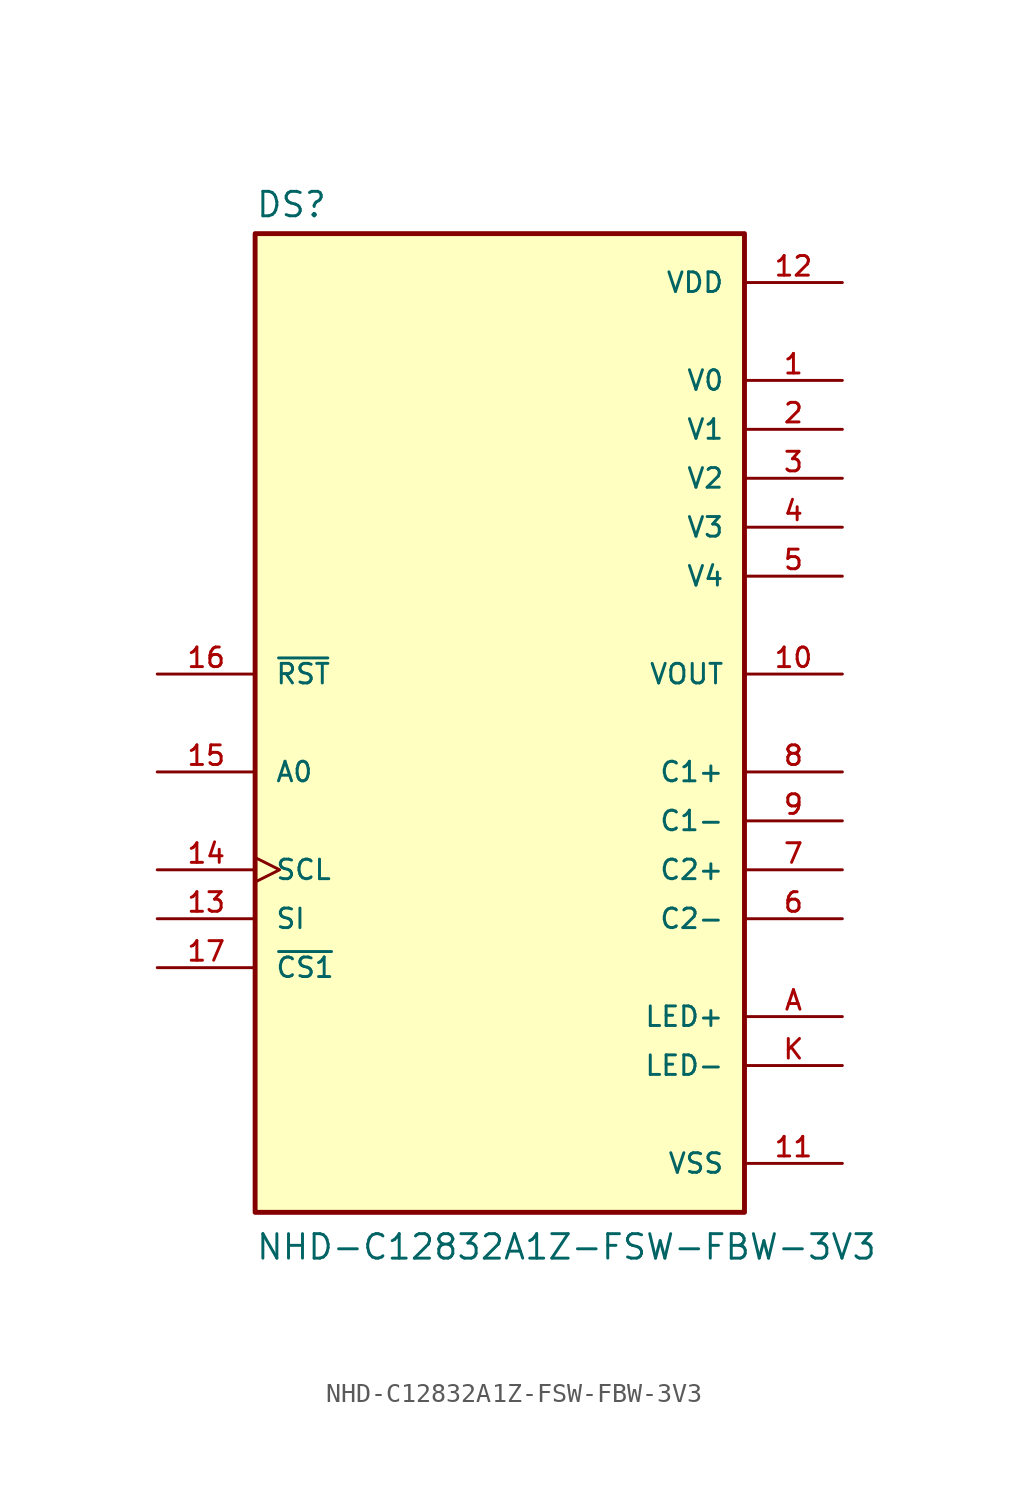
<source format=kicad_sym>
(kicad_symbol_lib
  (version 20211014)
  (generator kicad_symbol_editor)
  (symbol "NHD-C12832A1Z-FSW-FBW-3V3"
    (pin_names
      (offset 1.016))
    (property "Reference" "DS"
      (at -12.7 26.162 0)
      (effects (font (size 1.27 1.27)) (justify bottom left)))
    (property "Value" "NHD-C12832A1Z-FSW-FBW-3V3"
      (at -12.7 -27.94 0)
      (effects (font (size 1.27 1.27)) (justify bottom left)))
    (symbol "NHD-C12832A1Z-FSW-FBW-3V3_0_0"
      (rectangle (start -12.7 -25.4) (end 12.7 25.4) (stroke (width 0.254)) (fill (type background)))
      (pin power_in line (at 17.78 17.78 180.0) (length 5.08) (name "V0" (effects (font (size 1.016 1.016)))) (number "1" (effects (font (size 1.016 1.016)))))
      (pin power_in line (at 17.78 15.24 180.0) (length 5.08) (name "V1" (effects (font (size 1.016 1.016)))) (number "2" (effects (font (size 1.016 1.016)))))
      (pin power_in line (at 17.78 12.7 180.0) (length 5.08) (name "V2" (effects (font (size 1.016 1.016)))) (number "3" (effects (font (size 1.016 1.016)))))
      (pin power_in line (at 17.78 10.16 180.0) (length 5.08) (name "V3" (effects (font (size 1.016 1.016)))) (number "4" (effects (font (size 1.016 1.016)))))
      (pin power_in line (at 17.78 7.62 180.0) (length 5.08) (name "V4" (effects (font (size 1.016 1.016)))) (number "5" (effects (font (size 1.016 1.016)))))
      (pin passive line (at 17.78 -2.54 180.0) (length 5.08) (name "C1+" (effects (font (size 1.016 1.016)))) (number "8" (effects (font (size 1.016 1.016)))))
      (pin passive line (at 17.78 -5.08 180.0) (length 5.08) (name "C1-" (effects (font (size 1.016 1.016)))) (number "9" (effects (font (size 1.016 1.016)))))
      (pin passive line (at 17.78 -7.62 180.0) (length 5.08) (name "C2+" (effects (font (size 1.016 1.016)))) (number "7" (effects (font (size 1.016 1.016)))))
      (pin passive line (at 17.78 -10.16 180.0) (length 5.08) (name "C2-" (effects (font (size 1.016 1.016)))) (number "6" (effects (font (size 1.016 1.016)))))
      (pin output line (at 17.78 2.54 180.0) (length 5.08) (name "VOUT" (effects (font (size 1.016 1.016)))) (number "10" (effects (font (size 1.016 1.016)))))
      (pin power_in line (at 17.78 -22.86 180.0) (length 5.08) (name "VSS" (effects (font (size 1.016 1.016)))) (number "11" (effects (font (size 1.016 1.016)))))
      (pin power_in line (at 17.78 22.86 180.0) (length 5.08) (name "VDD" (effects (font (size 1.016 1.016)))) (number "12" (effects (font (size 1.016 1.016)))))
      (pin bidirectional line (at -17.78 -10.16 0) (length 5.08) (name "SI" (effects (font (size 1.016 1.016)))) (number "13" (effects (font (size 1.016 1.016)))))
      (pin input clock (at -17.78 -7.62 0) (length 5.08) (name "SCL" (effects (font (size 1.016 1.016)))) (number "14" (effects (font (size 1.016 1.016)))))
      (pin input line (at -17.78 -2.54 0) (length 5.08) (name "A0" (effects (font (size 1.016 1.016)))) (number "15" (effects (font (size 1.016 1.016)))))
      (pin input line (at -17.78 2.54 0) (length 5.08) (name "~{RST}" (effects (font (size 1.016 1.016)))) (number "16" (effects (font (size 1.016 1.016)))))
      (pin input line (at -17.78 -12.7 0) (length 5.08) (name "~{CS1}" (effects (font (size 1.016 1.016)))) (number "17" (effects (font (size 1.016 1.016)))))
      (pin passive line (at 17.78 -15.24 180.0) (length 5.08) (name "LED+" (effects (font (size 1.016 1.016)))) (number "A" (effects (font (size 1.016 1.016)))))
      (pin passive line (at 17.78 -17.78 180.0) (length 5.08) (name "LED-" (effects (font (size 1.016 1.016)))) (number "K" (effects (font (size 1.016 1.016))))))))
</source>
